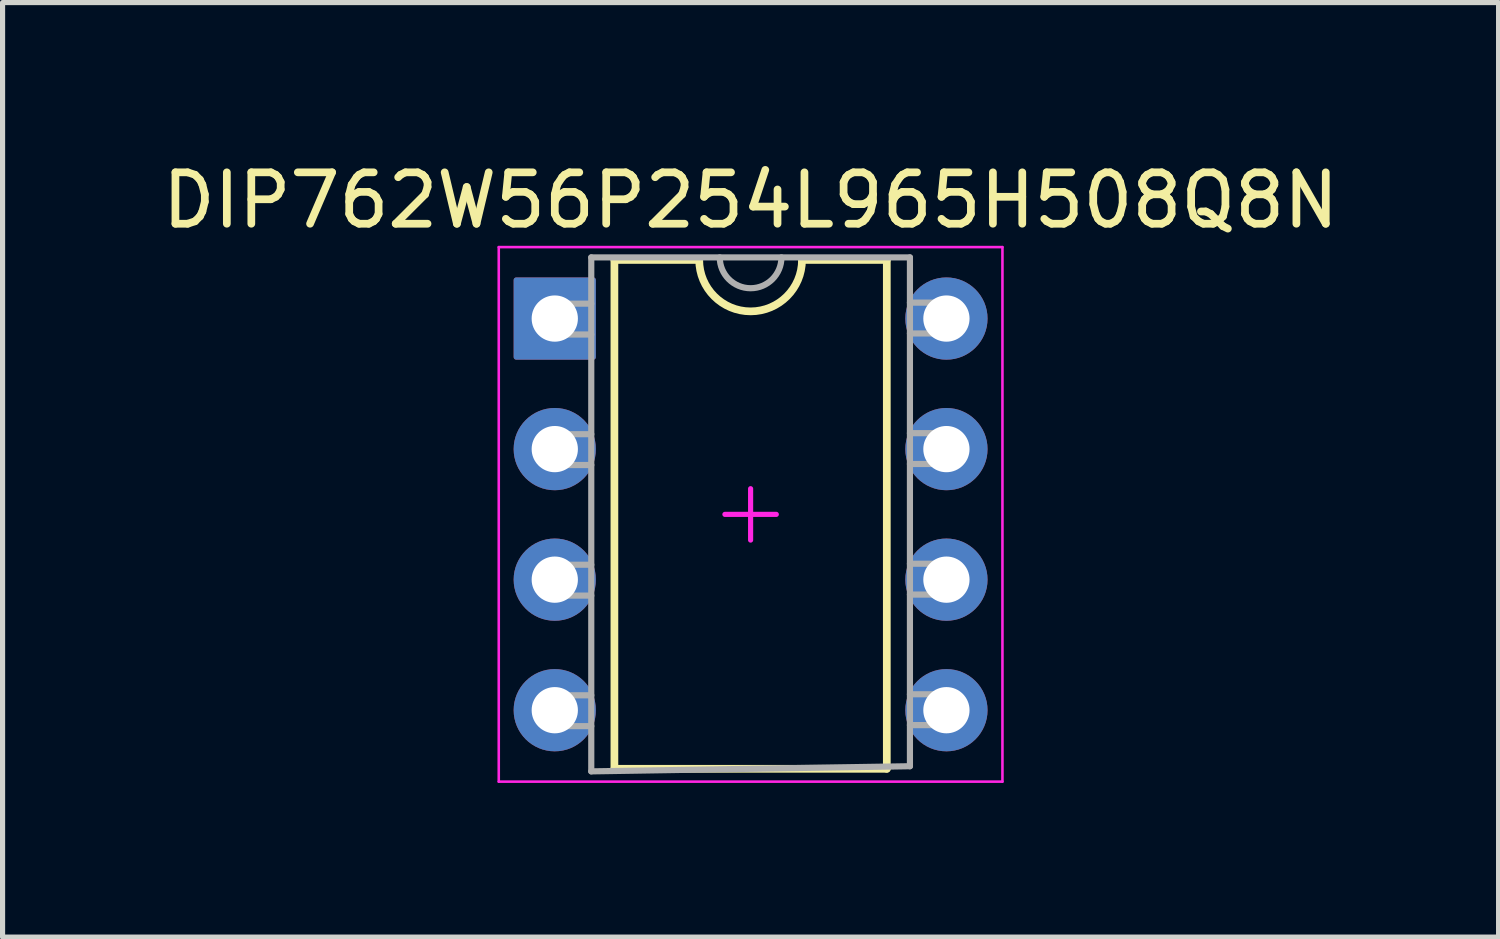
<source format=kicad_pcb>
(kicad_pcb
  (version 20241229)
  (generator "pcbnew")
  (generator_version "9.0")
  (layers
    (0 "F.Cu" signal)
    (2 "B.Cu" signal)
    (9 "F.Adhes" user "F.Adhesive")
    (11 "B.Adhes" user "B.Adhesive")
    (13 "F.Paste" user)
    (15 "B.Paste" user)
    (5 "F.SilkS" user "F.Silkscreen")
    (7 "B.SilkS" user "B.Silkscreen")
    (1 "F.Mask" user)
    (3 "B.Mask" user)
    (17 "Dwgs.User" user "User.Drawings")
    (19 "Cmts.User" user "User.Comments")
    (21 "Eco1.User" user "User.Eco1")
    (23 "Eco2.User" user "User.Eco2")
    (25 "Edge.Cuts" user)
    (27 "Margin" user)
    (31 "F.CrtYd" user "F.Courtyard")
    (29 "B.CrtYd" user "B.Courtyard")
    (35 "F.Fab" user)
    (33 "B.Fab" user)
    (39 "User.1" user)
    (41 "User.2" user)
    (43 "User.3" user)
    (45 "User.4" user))
  (footprint "DIP762W56P254L965H508Q8N"
    (layer "F.Cu")
    (at 11.554 6.958)
    (property "Reference" "DIP762W56P254L965H508Q8N" (at 0 -6.11 0) (layer "F.SilkS") (effects (font (size 1 1) (thickness 0.15))))
    (attr through_hole)
    (fp_line (start -2.65 -4.95) (end -1 -4.95) (stroke (width 0.15) (type solid)) (layer "F.SilkS"))
    (fp_line (start -2.65 4.95) (end -2.65 -4.95) (stroke (width 0.15) (type solid)) (layer "F.SilkS"))
    (fp_line (start -2.65 4.95) (end 2.65 4.95) (stroke (width 0.15) (type solid)) (layer "F.SilkS"))
    (fp_line (start 1 -4.95) (end 2.65 -4.95) (stroke (width 0.15) (type solid)) (layer "F.SilkS"))
    (fp_line (start 2.65 4.95) (end 2.65 -4.95) (stroke (width 0.15) (type solid)) (layer "F.SilkS"))
    (fp_arc (start 1 -4.95) (mid 0 -3.95) (end -1 -4.95) (stroke (width 0.15) (type solid)) (layer "F.SilkS"))
    (fp_line (start -4.9 -5.2) (end 4.9 -5.2) (stroke (width 0.05) (type solid)) (layer "F.CrtYd"))
    (fp_line (start -4.9 5.2) (end -4.9 -5.2) (stroke (width 0.05) (type solid)) (layer "F.CrtYd"))
    (fp_line (start 0 -0.5) (end 0 0.5) (stroke (width 0.1) (type solid)) (layer "F.CrtYd"))
    (fp_line (start 0.5 0) (end -0.5 0) (stroke (width 0.1) (type solid)) (layer "F.CrtYd"))
    (fp_line (start 4.9 -5.2) (end 4.9 5.2) (stroke (width 0.05) (type solid)) (layer "F.CrtYd"))
    (fp_line (start 4.9 5.2) (end -4.9 5.2) (stroke (width 0.05) (type solid)) (layer "F.CrtYd"))
    (fp_line (start -4 -4.1) (end -4 -3.5) (stroke (width 0.12) (type solid)) (layer "F.Fab"))
    (fp_line (start -4 -3.5) (end -3.1 -3.5) (stroke (width 0.12) (type solid)) (layer "F.Fab"))
    (fp_line (start -4 -1.56) (end -4 -0.96) (stroke (width 0.12) (type solid)) (layer "F.Fab"))
    (fp_line (start -4 -0.96) (end -3.1 -0.96) (stroke (width 0.12) (type solid)) (layer "F.Fab"))
    (fp_line (start -4 0.98) (end -4 1.58) (stroke (width 0.12) (type solid)) (layer "F.Fab"))
    (fp_line (start -4 1.58) (end -3.1 1.58) (stroke (width 0.12) (type solid)) (layer "F.Fab"))
    (fp_line (start -4 3.52) (end -4 4.12) (stroke (width 0.12) (type solid)) (layer "F.Fab"))
    (fp_line (start -4 4.12) (end -3.1 4.12) (stroke (width 0.12) (type solid)) (layer "F.Fab"))
    (fp_line (start -3.6 -4.1) (end -3.6 -3.5) (stroke (width 0.12) (type solid)) (layer "F.Fab"))
    (fp_line (start -3.6 -1.56) (end -3.6 -0.96) (stroke (width 0.12) (type solid)) (layer "F.Fab"))
    (fp_line (start -3.6 0.98) (end -3.6 1.58) (stroke (width 0.12) (type solid)) (layer "F.Fab"))
    (fp_line (start -3.6 3.52) (end -3.6 4.12) (stroke (width 0.12) (type solid)) (layer "F.Fab"))
    (fp_line (start -3.1 -5) (end 3.1 -5) (stroke (width 0.12) (type solid)) (layer "F.Fab"))
    (fp_line (start -3.1 -4.1) (end -4 -4.1) (stroke (width 0.12) (type solid)) (layer "F.Fab"))
    (fp_line (start -3.1 -1.56) (end -4 -1.56) (stroke (width 0.12) (type solid)) (layer "F.Fab"))
    (fp_line (start -3.1 0.98) (end -4 0.98) (stroke (width 0.12) (type solid)) (layer "F.Fab"))
    (fp_line (start -3.1 3.52) (end -4 3.52) (stroke (width 0.12) (type solid)) (layer "F.Fab"))
    (fp_line (start -3.1 5) (end -3.1 -5) (stroke (width 0.12) (type solid)) (layer "F.Fab"))
    (fp_line (start 3.1 -5) (end 3.1 4.9) (stroke (width 0.12) (type solid)) (layer "F.Fab"))
    (fp_line (start 3.1 -3.52) (end 4 -3.52) (stroke (width 0.12) (type solid)) (layer "F.Fab"))
    (fp_line (start 3.1 -0.98) (end 4 -0.98) (stroke (width 0.12) (type solid)) (layer "F.Fab"))
    (fp_line (start 3.1 1.56) (end 4 1.56) (stroke (width 0.12) (type solid)) (layer "F.Fab"))
    (fp_line (start 3.1 4.1) (end 4 4.1) (stroke (width 0.12) (type solid)) (layer "F.Fab"))
    (fp_line (start 3.1 4.9) (end -3.1 5) (stroke (width 0.12) (type solid)) (layer "F.Fab"))
    (fp_line (start 3.6 -3.52) (end 3.6 -4.12) (stroke (width 0.12) (type solid)) (layer "F.Fab"))
    (fp_line (start 3.6 -0.98) (end 3.6 -1.58) (stroke (width 0.12) (type solid)) (layer "F.Fab"))
    (fp_line (start 3.6 1.56) (end 3.6 0.96) (stroke (width 0.12) (type solid)) (layer "F.Fab"))
    (fp_line (start 3.6 4.1) (end 3.6 3.5) (stroke (width 0.12) (type solid)) (layer "F.Fab"))
    (fp_line (start 4 -4.12) (end 3.1 -4.12) (stroke (width 0.12) (type solid)) (layer "F.Fab"))
    (fp_line (start 4 -3.52) (end 4 -4.12) (stroke (width 0.12) (type solid)) (layer "F.Fab"))
    (fp_line (start 4 -1.58) (end 3.1 -1.58) (stroke (width 0.12) (type solid)) (layer "F.Fab"))
    (fp_line (start 4 -0.98) (end 4 -1.58) (stroke (width 0.12) (type solid)) (layer "F.Fab"))
    (fp_line (start 4 0.96) (end 3.1 0.96) (stroke (width 0.12) (type solid)) (layer "F.Fab"))
    (fp_line (start 4 1.56) (end 4 0.96) (stroke (width 0.12) (type solid)) (layer "F.Fab"))
    (fp_line (start 4 3.5) (end 3.1 3.5) (stroke (width 0.12) (type solid)) (layer "F.Fab"))
    (fp_line (start 4 4.1) (end 4 3.5) (stroke (width 0.12) (type solid)) (layer "F.Fab"))
    (fp_arc (start 0.6 -5) (mid 0 -4.4) (end -0.6 -5) (stroke (width 0.12) (type solid)) (layer "F.Fab"))
    (pad "1" thru_hole roundrect (at -3.81 -3.81 270) (size 1.6 1.6) (drill 0.9) (layers "*.Cu" "*.Mask") (roundrect_rratio 0.031))
    (pad "2" thru_hole circle (at -3.81 -1.27 270) (size 1.6 1.6) (drill 0.9) (layers "*.Cu" "*.Mask"))
    (pad "3" thru_hole circle (at -3.81 1.27 270) (size 1.6 1.6) (drill 0.9) (layers "*.Cu" "*.Mask"))
    (pad "4" thru_hole circle (at -3.81 3.81 270) (size 1.6 1.6) (drill 0.9) (layers "*.Cu" "*.Mask"))
    (pad "5" thru_hole circle (at 3.81 3.81 270) (size 1.6 1.6) (drill 0.9) (layers "*.Cu" "*.Mask"))
    (pad "6" thru_hole circle (at 3.81 1.27 270) (size 1.6 1.6) (drill 0.9) (layers "*.Cu" "*.Mask"))
    (pad "7" thru_hole circle (at 3.81 -1.27 270) (size 1.6 1.6) (drill 0.9) (layers "*.Cu" "*.Mask"))
    (pad "8" thru_hole circle (at 3.81 -3.81 270) (size 1.6 1.6) (drill 0.9) (layers "*.Cu" "*.Mask")))
  (gr_rect
    (start -3 -3)
    (end 26.107 15.183)
    (stroke (width 0.1) (type default))
    (fill no)
    (layer "Edge.Cuts")))
</source>
